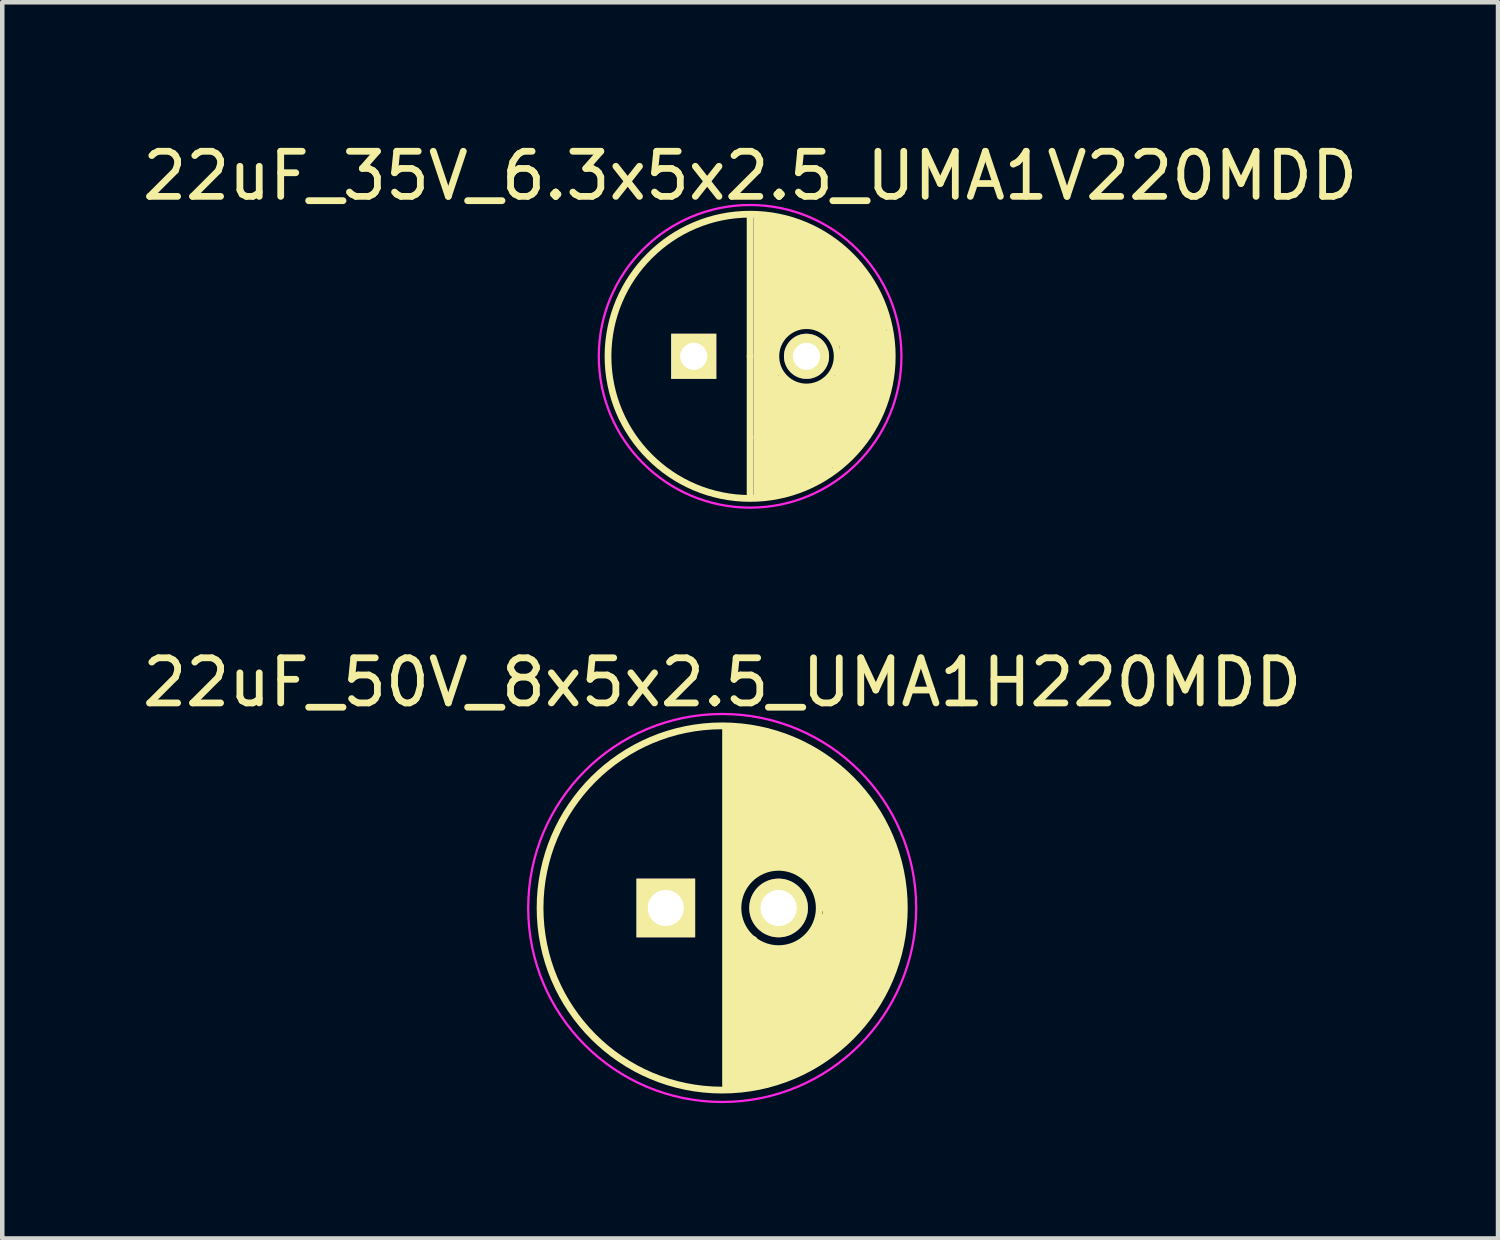
<source format=kicad_pcb>
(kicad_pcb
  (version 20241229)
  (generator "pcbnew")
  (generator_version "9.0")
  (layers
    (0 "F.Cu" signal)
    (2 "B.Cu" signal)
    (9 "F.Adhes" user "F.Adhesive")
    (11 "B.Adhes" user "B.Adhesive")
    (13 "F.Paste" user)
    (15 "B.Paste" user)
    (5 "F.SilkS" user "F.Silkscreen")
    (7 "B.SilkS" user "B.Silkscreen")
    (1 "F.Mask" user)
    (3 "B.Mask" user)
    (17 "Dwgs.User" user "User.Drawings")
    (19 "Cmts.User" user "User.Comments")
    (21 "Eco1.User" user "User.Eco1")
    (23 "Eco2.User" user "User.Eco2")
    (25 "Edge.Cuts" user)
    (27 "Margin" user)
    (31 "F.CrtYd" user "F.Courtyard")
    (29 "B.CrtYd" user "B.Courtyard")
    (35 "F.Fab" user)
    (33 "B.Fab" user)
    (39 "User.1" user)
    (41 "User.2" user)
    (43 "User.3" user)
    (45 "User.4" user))
  (footprint "22uF_35V_6.3x5x2.5_UMA1V220MDD"
    (layer "F.Cu")
    (at 13.577 4.848)
    (property "Reference" "22uF_35V_6.3x5x2.5_UMA1V220MDD" (at 0 -4 0) (layer "F.SilkS") (effects (font (size 1 1) (thickness 0.15))))
    (attr through_hole)
    (fp_line (start 0 0) (end 0 -3.1) (stroke (width 0.15) (type solid)) (layer "F.SilkS"))
    (fp_line (start 0 0) (end 0 3.1) (stroke (width 0.15) (type solid)) (layer "F.SilkS"))
    (fp_line (start 0.15 1.8) (end 0.15 -3.1) (stroke (width 0.15) (type solid)) (layer "F.SilkS"))
    (fp_line (start 0.15 3.1) (end 0.15 1.8) (stroke (width 0.15) (type solid)) (layer "F.SilkS"))
    (fp_line (start 0.25 -3.1) (end 0.25 3.1) (stroke (width 0.15) (type solid)) (layer "F.SilkS"))
    (fp_line (start 0.35 3) (end 0.35 -3) (stroke (width 0.15) (type solid)) (layer "F.SilkS"))
    (fp_line (start 0.45 -3.1) (end 0.45 3.1) (stroke (width 0.15) (type solid)) (layer "F.SilkS"))
    (fp_line (start 0.55 -3) (end 0.55 -0.2) (stroke (width 0.15) (type solid)) (layer "F.SilkS"))
    (fp_line (start 0.55 0.2) (end 0.55 3) (stroke (width 0.15) (type solid)) (layer "F.SilkS"))
    (fp_line (start 0.65 -3) (end 0.55 -3) (stroke (width 0.15) (type solid)) (layer "F.SilkS"))
    (fp_line (start 0.65 -0.4) (end 0.65 -3) (stroke (width 0.15) (type solid)) (layer "F.SilkS"))
    (fp_line (start 0.65 3) (end 0.65 0.5) (stroke (width 0.15) (type solid)) (layer "F.SilkS"))
    (fp_line (start 0.75 -3) (end 0.75 -0.6) (stroke (width 0.15) (type solid)) (layer "F.SilkS"))
    (fp_line (start 0.75 -0.6) (end 0.65 -0.4) (stroke (width 0.15) (type solid)) (layer "F.SilkS"))
    (fp_line (start 0.75 0.5) (end 0.75 3) (stroke (width 0.15) (type solid)) (layer "F.SilkS"))
    (fp_line (start 0.85 -2.9) (end 0.75 -3) (stroke (width 0.15) (type solid)) (layer "F.SilkS"))
    (fp_line (start 0.85 -0.6) (end 0.85 -2.9) (stroke (width 0.15) (type solid)) (layer "F.SilkS"))
    (fp_line (start 0.85 2.9) (end 0.85 0.6) (stroke (width 0.15) (type solid)) (layer "F.SilkS"))
    (fp_line (start 0.95 -2.9) (end 0.95 -0.7) (stroke (width 0.15) (type solid)) (layer "F.SilkS"))
    (fp_line (start 0.95 -0.7) (end 0.85 -0.6) (stroke (width 0.15) (type solid)) (layer "F.SilkS"))
    (fp_line (start 0.95 0.7) (end 0.95 2.9) (stroke (width 0.15) (type solid)) (layer "F.SilkS"))
    (fp_line (start 1.05 -2.9) (end 1.15 -2.8) (stroke (width 0.15) (type solid)) (layer "F.SilkS"))
    (fp_line (start 1.05 -2.8) (end 0.95 -2.9) (stroke (width 0.15) (type solid)) (layer "F.SilkS"))
    (fp_line (start 1.05 -0.7) (end 1.05 -2.8) (stroke (width 0.15) (type solid)) (layer "F.SilkS"))
    (fp_line (start 1.05 2.9) (end 1.05 0.7) (stroke (width 0.15) (type solid)) (layer "F.SilkS"))
    (fp_line (start 1.15 -2.8) (end 1.15 -0.7) (stroke (width 0.15) (type solid)) (layer "F.SilkS"))
    (fp_line (start 1.15 -0.7) (end 1.05 -0.7) (stroke (width 0.15) (type solid)) (layer "F.SilkS"))
    (fp_line (start 1.15 0.7) (end 1.15 2.8) (stroke (width 0.15) (type solid)) (layer "F.SilkS"))
    (fp_line (start 1.25 -2.8) (end 1.05 -2.9) (stroke (width 0.15) (type solid)) (layer "F.SilkS"))
    (fp_line (start 1.25 -0.8) (end 1.25 -2.8) (stroke (width 0.15) (type solid)) (layer "F.SilkS"))
    (fp_line (start 1.25 2.8) (end 1.25 0.8) (stroke (width 0.15) (type solid)) (layer "F.SilkS"))
    (fp_line (start 1.35 -2.8) (end 1.35 -0.7) (stroke (width 0.15) (type solid)) (layer "F.SilkS"))
    (fp_line (start 1.35 -0.7) (end 1.25 -0.8) (stroke (width 0.15) (type solid)) (layer "F.SilkS"))
    (fp_line (start 1.35 0.7) (end 1.35 2.7) (stroke (width 0.15) (type solid)) (layer "F.SilkS"))
    (fp_line (start 1.45 -2.7) (end 1.35 -2.8) (stroke (width 0.15) (type solid)) (layer "F.SilkS"))
    (fp_line (start 1.45 -0.7) (end 1.45 -2.7) (stroke (width 0.15) (type solid)) (layer "F.SilkS"))
    (fp_line (start 1.45 2.7) (end 1.45 0.7) (stroke (width 0.15) (type solid)) (layer "F.SilkS"))
    (fp_line (start 1.55 -2.7) (end 1.55 -0.7) (stroke (width 0.15) (type solid)) (layer "F.SilkS"))
    (fp_line (start 1.55 -0.7) (end 1.45 -0.7) (stroke (width 0.15) (type solid)) (layer "F.SilkS"))
    (fp_line (start 1.55 0.7) (end 1.55 2.6) (stroke (width 0.15) (type solid)) (layer "F.SilkS"))
    (fp_line (start 1.65 -2.6) (end 1.55 -2.7) (stroke (width 0.15) (type solid)) (layer "F.SilkS"))
    (fp_line (start 1.65 -2.5) (end 1.85 -2.5) (stroke (width 0.15) (type solid)) (layer "F.SilkS"))
    (fp_line (start 1.65 -0.6) (end 1.65 -2.6) (stroke (width 0.15) (type solid)) (layer "F.SilkS"))
    (fp_line (start 1.65 2.6) (end 1.65 0.6) (stroke (width 0.15) (type solid)) (layer "F.SilkS"))
    (fp_line (start 1.75 -2.5) (end 1.75 -0.6) (stroke (width 0.15) (type solid)) (layer "F.SilkS"))
    (fp_line (start 1.75 0.6) (end 1.75 2.5) (stroke (width 0.15) (type solid)) (layer "F.SilkS"))
    (fp_line (start 1.85 -0.4) (end 1.85 -2.4) (stroke (width 0.15) (type solid)) (layer "F.SilkS"))
    (fp_line (start 1.85 2.4) (end 1.85 0.5) (stroke (width 0.15) (type solid)) (layer "F.SilkS"))
    (fp_line (start 1.95 -2.4) (end 1.95 -0.3) (stroke (width 0.15) (type solid)) (layer "F.SilkS"))
    (fp_line (start 1.95 0.2) (end 1.95 0.4) (stroke (width 0.15) (type solid)) (layer "F.SilkS"))
    (fp_line (start 1.95 0.4) (end 1.95 2.4) (stroke (width 0.15) (type solid)) (layer "F.SilkS"))
    (fp_line (start 2.05 -2.3) (end 2.15 -2.2) (stroke (width 0.15) (type solid)) (layer "F.SilkS"))
    (fp_line (start 2.05 0) (end 2.05 -2.3) (stroke (width 0.15) (type solid)) (layer "F.SilkS"))
    (fp_line (start 2.05 2.3) (end 2.05 0) (stroke (width 0.15) (type solid)) (layer "F.SilkS"))
    (fp_line (start 2.15 -2.1) (end 2.15 2.2) (stroke (width 0.15) (type solid)) (layer "F.SilkS"))
    (fp_line (start 2.15 2.2) (end 2.25 2.1) (stroke (width 0.15) (type solid)) (layer "F.SilkS"))
    (fp_line (start 2.25 -2.1) (end 2.35 -1.9) (stroke (width 0.15) (type solid)) (layer "F.SilkS"))
    (fp_line (start 2.25 2.1) (end 2.25 -2.1) (stroke (width 0.15) (type solid)) (layer "F.SilkS"))
    (fp_line (start 2.35 -1.9) (end 2.35 2) (stroke (width 0.15) (type solid)) (layer "F.SilkS"))
    (fp_line (start 2.35 2) (end 2.45 1.8) (stroke (width 0.15) (type solid)) (layer "F.SilkS"))
    (fp_line (start 2.45 -1.9) (end 2.55 -1.7) (stroke (width 0.15) (type solid)) (layer "F.SilkS"))
    (fp_line (start 2.45 1.8) (end 2.45 -1.9) (stroke (width 0.15) (type solid)) (layer "F.SilkS"))
    (fp_line (start 2.55 -1.7) (end 2.55 1.7) (stroke (width 0.15) (type solid)) (layer "F.SilkS"))
    (fp_line (start 2.55 -1.7) (end 2.65 -1.5) (stroke (width 0.15) (type solid)) (layer "F.SilkS"))
    (fp_line (start 2.55 1.7) (end 2.65 1.5) (stroke (width 0.15) (type solid)) (layer "F.SilkS"))
    (fp_line (start 2.65 -1.5) (end 2.75 -1.3) (stroke (width 0.15) (type solid)) (layer "F.SilkS"))
    (fp_line (start 2.65 1.5) (end 2.65 -1.5) (stroke (width 0.15) (type solid)) (layer "F.SilkS"))
    (fp_line (start 2.75 -1.3) (end 2.75 1.4) (stroke (width 0.15) (type solid)) (layer "F.SilkS"))
    (fp_line (start 2.75 1.4) (end 2.85 1.1) (stroke (width 0.15) (type solid)) (layer "F.SilkS"))
    (fp_line (start 2.85 -1.2) (end 2.95 -0.7) (stroke (width 0.15) (type solid)) (layer "F.SilkS"))
    (fp_line (start 2.85 1.1) (end 2.85 -1.2) (stroke (width 0.15) (type solid)) (layer "F.SilkS"))
    (fp_line (start 2.95 -0.7) (end 2.95 0.9) (stroke (width 0.15) (type solid)) (layer "F.SilkS"))
    (fp_line (start 2.95 0.9) (end 3.05 0.3) (stroke (width 0.15) (type solid)) (layer "F.SilkS"))
    (fp_line (start 3.05 0.3) (end 3.05 -0.5) (stroke (width 0.15) (type solid)) (layer "F.SilkS"))
    (fp_circle (center 0 0) (end 0 3.15) (stroke (width 0.15) (type solid)) (fill no) (layer "F.SilkS"))
    (fp_circle (center 1.25 0) (end 1.65 0.55) (stroke (width 0.15) (type solid)) (fill no) (layer "F.SilkS"))
    (fp_circle (center 0 0) (end 0.6 3.3) (stroke (width 0.05) (type solid)) (fill no) (layer "F.CrtYd"))
    (pad "1" thru_hole rect (at -1.25 0) (size 1 1) (drill 0.6) (layers "*.Cu" "*.Mask" "F.SilkS"))
    (pad "2" thru_hole circle (at 1.25 0) (size 1 1) (drill 0.6) (layers "*.Cu" "*.Mask" "F.SilkS")))
  (footprint "22uF_50V_8x5x2.5_UMA1H220MDD"
    (layer "F.Cu")
    (at 12.958 17.076)
    (property "Reference" "22uF_50V_8x5x2.5_UMA1H220MDD" (at 0 -5 0) (layer "F.SilkS") (effects (font (size 1 1) (thickness 0.15))))
    (attr through_hole)
    (fp_line (start 0.075 -3.999) (end 0.075 3.999) (stroke (width 0.15) (type solid)) (layer "F.SilkS"))
    (fp_line (start 0.2 -4) (end 0.2 4) (stroke (width 0.15) (type solid)) (layer "F.SilkS"))
    (fp_line (start 0.3 4) (end 0.3 -4) (stroke (width 0.15) (type solid)) (layer "F.SilkS"))
    (fp_line (start 0.4 -4) (end 0.4 -0.5) (stroke (width 0.15) (type solid)) (layer "F.SilkS"))
    (fp_line (start 0.4 4) (end 0.4 0.4) (stroke (width 0.15) (type solid)) (layer "F.SilkS"))
    (fp_line (start 0.5 -0.6) (end 0.5 -3.9) (stroke (width 0.15) (type solid)) (layer "F.SilkS"))
    (fp_line (start 0.5 0.6) (end 0.5 3.9) (stroke (width 0.15) (type solid)) (layer "F.SilkS"))
    (fp_line (start 0.6 -3.9) (end 0.6 -0.7) (stroke (width 0.15) (type solid)) (layer "F.SilkS"))
    (fp_line (start 0.6 3.9) (end 0.6 0.7) (stroke (width 0.15) (type solid)) (layer "F.SilkS"))
    (fp_line (start 0.7 -0.8) (end 0.7 -3.9) (stroke (width 0.15) (type solid)) (layer "F.SilkS"))
    (fp_line (start 0.7 0.7) (end 0.7 3.9) (stroke (width 0.15) (type solid)) (layer "F.SilkS"))
    (fp_line (start 0.8 -3.9) (end 0.8 -0.9) (stroke (width 0.15) (type solid)) (layer "F.SilkS"))
    (fp_line (start 0.8 3.9) (end 0.8 0.8) (stroke (width 0.15) (type solid)) (layer "F.SilkS"))
    (fp_line (start 0.9 -0.9) (end 0.9 -3.9) (stroke (width 0.15) (type solid)) (layer "F.SilkS"))
    (fp_line (start 0.9 0.9) (end 0.9 3.8) (stroke (width 0.15) (type solid)) (layer "F.SilkS"))
    (fp_line (start 1 -3.9) (end 1 -1) (stroke (width 0.15) (type solid)) (layer "F.SilkS"))
    (fp_line (start 1 3.9) (end 1 0.9) (stroke (width 0.15) (type solid)) (layer "F.SilkS"))
    (fp_line (start 1.1 -1) (end 1.1 -3.8) (stroke (width 0.15) (type solid)) (layer "F.SilkS"))
    (fp_line (start 1.1 1) (end 1.1 3.8) (stroke (width 0.15) (type solid)) (layer "F.SilkS"))
    (fp_line (start 1.1 3.8) (end 1 3.9) (stroke (width 0.15) (type solid)) (layer "F.SilkS"))
    (fp_line (start 1.2 -1) (end 1.2 -3.8) (stroke (width 0.15) (type solid)) (layer "F.SilkS"))
    (fp_line (start 1.2 3.8) (end 1.2 1) (stroke (width 0.15) (type solid)) (layer "F.SilkS"))
    (fp_line (start 1.3 -3.8) (end 1.3 -1) (stroke (width 0.15) (type solid)) (layer "F.SilkS"))
    (fp_line (start 1.3 1) (end 1.3 3.8) (stroke (width 0.15) (type solid)) (layer "F.SilkS"))
    (fp_line (start 1.4 -0.9) (end 1.4 -3.7) (stroke (width 0.15) (type solid)) (layer "F.SilkS"))
    (fp_line (start 1.4 3.7) (end 1.4 1) (stroke (width 0.15) (type solid)) (layer "F.SilkS"))
    (fp_line (start 1.5 -3.7) (end 1.5 -1) (stroke (width 0.15) (type solid)) (layer "F.SilkS"))
    (fp_line (start 1.5 0.9) (end 1.5 3.7) (stroke (width 0.15) (type solid)) (layer "F.SilkS"))
    (fp_line (start 1.6 -0.9) (end 1.6 -3.6) (stroke (width 0.15) (type solid)) (layer "F.SilkS"))
    (fp_line (start 1.6 3.6) (end 1.6 0.9) (stroke (width 0.15) (type solid)) (layer "F.SilkS"))
    (fp_line (start 1.7 -3.6) (end 1.7 -0.9) (stroke (width 0.15) (type solid)) (layer "F.SilkS"))
    (fp_line (start 1.7 0.9) (end 1.7 3.6) (stroke (width 0.15) (type solid)) (layer "F.SilkS"))
    (fp_line (start 1.8 -0.8) (end 1.8 -3.5) (stroke (width 0.15) (type solid)) (layer "F.SilkS"))
    (fp_line (start 1.8 3.6) (end 1.8 0.8) (stroke (width 0.15) (type solid)) (layer "F.SilkS"))
    (fp_line (start 1.9 -3.5) (end 1.9 -0.7) (stroke (width 0.15) (type solid)) (layer "F.SilkS"))
    (fp_line (start 1.9 0.7) (end 1.9 3.5) (stroke (width 0.15) (type solid)) (layer "F.SilkS"))
    (fp_line (start 2 -0.6) (end 2 -3.4) (stroke (width 0.15) (type solid)) (layer "F.SilkS"))
    (fp_line (start 2 3.5) (end 2 0.6) (stroke (width 0.15) (type solid)) (layer "F.SilkS"))
    (fp_line (start 2.1 -3.4) (end 2.1 -0.4) (stroke (width 0.15) (type solid)) (layer "F.SilkS"))
    (fp_line (start 2.1 0.4) (end 2.1 3.4) (stroke (width 0.15) (type solid)) (layer "F.SilkS"))
    (fp_line (start 2.2 0) (end 2.2 -3.3) (stroke (width 0.15) (type solid)) (layer "F.SilkS"))
    (fp_line (start 2.2 0.2) (end 2.2 3.3) (stroke (width 0.15) (type solid)) (layer "F.SilkS"))
    (fp_line (start 2.3 -3.2) (end 2.3 3.3) (stroke (width 0.15) (type solid)) (layer "F.SilkS"))
    (fp_line (start 2.4 3.1) (end 2.4 -3.2) (stroke (width 0.15) (type solid)) (layer "F.SilkS"))
    (fp_line (start 2.5 -3.1) (end 2.5 3.1) (stroke (width 0.15) (type solid)) (layer "F.SilkS"))
    (fp_line (start 2.6 3) (end 2.6 -3) (stroke (width 0.15) (type solid)) (layer "F.SilkS"))
    (fp_line (start 2.7 -2.9) (end 2.7 2.9) (stroke (width 0.15) (type solid)) (layer "F.SilkS"))
    (fp_line (start 2.8 2.8) (end 2.8 -2.8) (stroke (width 0.15) (type solid)) (layer "F.SilkS"))
    (fp_line (start 2.9 -2.7) (end 2.9 2.7) (stroke (width 0.15) (type solid)) (layer "F.SilkS"))
    (fp_line (start 3 2.6) (end 3 -2.6) (stroke (width 0.15) (type solid)) (layer "F.SilkS"))
    (fp_line (start 3.1 -2.5) (end 3.1 2.5) (stroke (width 0.15) (type solid)) (layer "F.SilkS"))
    (fp_line (start 3.2 2.3) (end 3.2 -2.4) (stroke (width 0.15) (type solid)) (layer "F.SilkS"))
    (fp_line (start 3.3 -2.2) (end 3.3 2.2) (stroke (width 0.15) (type solid)) (layer "F.SilkS"))
    (fp_line (start 3.4 2) (end 3.4 -2.1) (stroke (width 0.15) (type solid)) (layer "F.SilkS"))
    (fp_line (start 3.5 -1.9) (end 3.5 1.9) (stroke (width 0.15) (type solid)) (layer "F.SilkS"))
    (fp_line (start 3.6 1.5) (end 3.6 1.8) (stroke (width 0.15) (type solid)) (layer "F.SilkS"))
    (fp_line (start 3.6 1.6) (end 3.6 -1.7) (stroke (width 0.15) (type solid)) (layer "F.SilkS"))
    (fp_line (start 3.7 -1.4) (end 3.7 1.5) (stroke (width 0.15) (type solid)) (layer "F.SilkS"))
    (fp_line (start 3.8 1.2) (end 3.8 -1.2) (stroke (width 0.15) (type solid)) (layer "F.SilkS"))
    (fp_line (start 3.9 -0.8) (end 3.9 0.8) (stroke (width 0.15) (type solid)) (layer "F.SilkS"))
    (fp_circle (center 0 0) (end 0 -4.037) (stroke (width 0.15) (type solid)) (fill no) (layer "F.SilkS"))
    (fp_circle (center 1.25 0) (end 1.75 0.75) (stroke (width 0.15) (type solid)) (fill no) (layer "F.SilkS"))
    (fp_circle (center 0 0) (end 0 -4.3) (stroke (width 0.05) (type solid)) (fill no) (layer "F.CrtYd"))
    (pad "1" thru_hole rect (at -1.25 0) (size 1.3 1.3) (drill 0.8) (layers "*.Cu" "*.Mask" "F.SilkS"))
    (pad "2" thru_hole circle (at 1.25 0) (size 1.3 1.3) (drill 0.8) (layers "*.Cu" "*.Mask" "F.SilkS")))
  (gr_rect
    (start -3 -3)
    (end 30.155 24.401)
    (stroke (width 0.1) (type default))
    (fill no)
    (layer "Edge.Cuts")))
</source>
